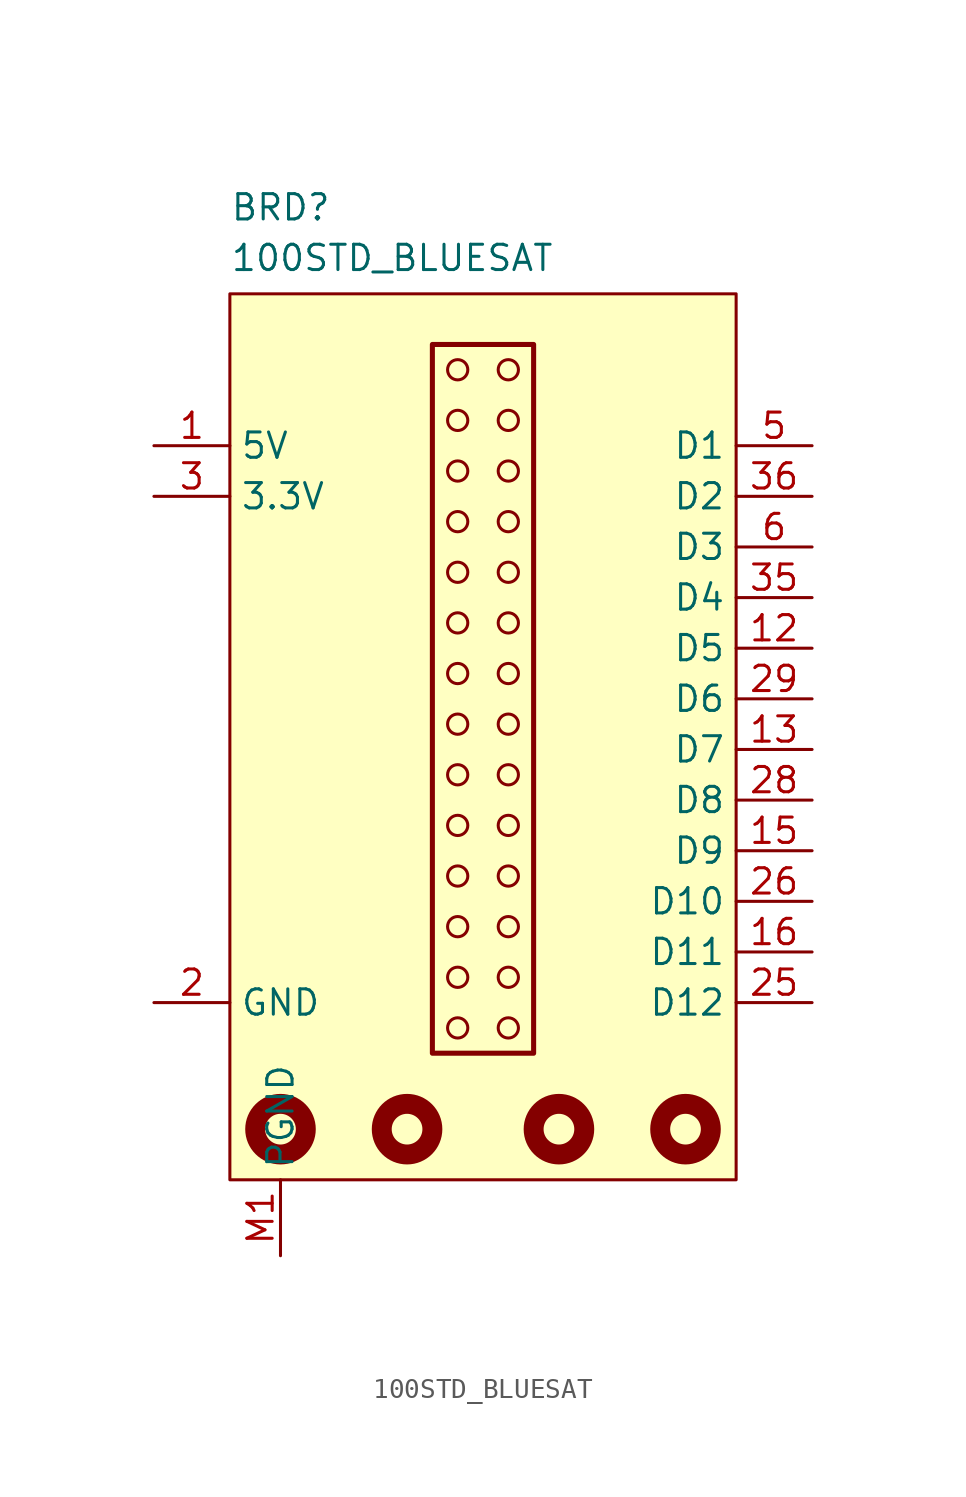
<source format=kicad_sym>
(kicad_symbol_lib
  (version 20220914)
  (generator kicad_symbol_editor)
  (symbol "100STD_BLUESAT"
    (property "Reference" "BRD"
      (at -12.7 24.13 0)
      (effects (font (size 1.27 1.27)) (justify left top)))
    (property "Value" "100STD_BLUESAT"
      (at -12.7 21.59 0)
      (effects (font (size 1.27 1.27)) (justify left top)))
    (symbol "100STD_BLUESAT_0_1"
      (circle (center -1.27 -17.78) (radius 0.508) (stroke (width 0) (type default)) (fill (type none)))
      (circle (center -1.27 -15.24) (radius 0.508) (stroke (width 0) (type default)) (fill (type none)))
      (circle (center -1.27 -12.7) (radius 0.508) (stroke (width 0) (type default)) (fill (type none)))
      (circle (center -1.27 -10.16) (radius 0.508) (stroke (width 0) (type default)) (fill (type none)))
      (circle (center -1.27 -7.62) (radius 0.508) (stroke (width 0) (type default)) (fill (type none)))
      (circle (center -1.27 -5.08) (radius 0.508) (stroke (width 0) (type default)) (fill (type none)))
      (circle (center -1.27 -2.54) (radius 0.508) (stroke (width 0) (type default)) (fill (type none)))
      (circle (center -1.27 0) (radius 0.508) (stroke (width 0) (type default)) (fill (type none)))
      (circle (center -1.27 2.54) (radius 0.508) (stroke (width 0) (type default)) (fill (type none)))
      (circle (center -1.27 5.08) (radius 0.508) (stroke (width 0) (type default)) (fill (type none)))
      (circle (center -1.27 7.62) (radius 0.508) (stroke (width 0) (type default)) (fill (type none)))
      (circle (center -1.27 10.16) (radius 0.508) (stroke (width 0) (type default)) (fill (type none)))
      (circle (center -1.27 12.7) (radius 0.508) (stroke (width 0) (type default)) (fill (type none)))
      (circle (center -1.27 15.24) (radius 0.508) (stroke (width 0) (type default)) (fill (type none)))
      (circle (center 1.27 -17.78) (radius 0.508) (stroke (width 0) (type default)) (fill (type none)))
      (circle (center 1.27 -15.24) (radius 0.508) (stroke (width 0) (type default)) (fill (type none)))
      (circle (center 1.27 -12.7) (radius 0.508) (stroke (width 0) (type default)) (fill (type none)))
      (circle (center 1.27 -10.16) (radius 0.508) (stroke (width 0) (type default)) (fill (type none)))
      (circle (center 1.27 -7.62) (radius 0.508) (stroke (width 0) (type default)) (fill (type none)))
      (circle (center 1.27 -5.08) (radius 0.508) (stroke (width 0) (type default)) (fill (type none)))
      (circle (center 1.27 -2.54) (radius 0.508) (stroke (width 0) (type default)) (fill (type none)))
      (circle (center 1.27 0) (radius 0.508) (stroke (width 0) (type default)) (fill (type none)))
      (circle (center 1.27 2.54) (radius 0.508) (stroke (width 0) (type default)) (fill (type none)))
      (circle (center 1.27 5.08) (radius 0.508) (stroke (width 0) (type default)) (fill (type none)))
      (circle (center 1.27 7.62) (radius 0.508) (stroke (width 0) (type default)) (fill (type none)))
      (circle (center 1.27 10.16) (radius 0.508) (stroke (width 0) (type default)) (fill (type none)))
      (circle (center 1.27 12.7) (radius 0.508) (stroke (width 0) (type default)) (fill (type none)))
      (circle (center 1.27 15.24) (radius 0.508) (stroke (width 0) (type default)) (fill (type none))))
    (symbol "100STD_BLUESAT_1_0"
      (pin bidirectional line (at 16.51 -1.27 180) (length 3.81) (name "D6" (effects (font (size 1.27 1.27)))) (number "29" (effects (font (size 1.27 1.27)))) (alternate "IO27" bidirectional line))
      (pin power_out line (at -16.51 -16.51 0) (length 3.81) hide (name "GND" (effects (font (size 1.27 1.27)))) (number "30" (effects (font (size 1.27 1.27)))))
      (pin power_out line (at -16.51 8.89 0) (length 3.81) hide (name "3.3V" (effects (font (size 1.27 1.27)))) (number "31" (effects (font (size 1.27 1.27)))))
      (pin power_out line (at -16.51 -16.51 0) (length 3.81) hide (name "GND" (effects (font (size 1.27 1.27)))) (number "32" (effects (font (size 1.27 1.27)))))
      (pin power_out line (at -16.51 11.43 0) (length 3.81) hide (name "5V" (effects (font (size 1.27 1.27)))) (number "33" (effects (font (size 1.27 1.27)))))
      (pin power_out line (at -16.51 -16.51 0) (length 3.81) hide (name "GND" (effects (font (size 1.27 1.27)))) (number "34" (effects (font (size 1.27 1.27)))))
      (pin bidirectional line (at 16.51 3.81 180) (length 3.81) (name "D4" (effects (font (size 1.27 1.27)))) (number "35" (effects (font (size 1.27 1.27)))))
      (pin bidirectional line (at 16.51 8.89 180) (length 3.81) (name "D2" (effects (font (size 1.27 1.27)))) (number "36" (effects (font (size 1.27 1.27)))) (alternate "I39" output line))
      (pin power_out line (at -16.51 -16.51 0) (length 3.81) hide (name "GND" (effects (font (size 1.27 1.27)))) (number "37" (effects (font (size 1.27 1.27)))))
      (pin power_out line (at -16.51 8.89 0) (length 3.81) hide (name "3.3V" (effects (font (size 1.27 1.27)))) (number "38" (effects (font (size 1.27 1.27)))))
      (pin power_out line (at -16.51 -16.51 0) (length 3.81) hide (name "GND" (effects (font (size 1.27 1.27)))) (number "39" (effects (font (size 1.27 1.27)))))
      (pin power_out line (at -16.51 11.43 0) (length 3.81) hide (name "5V" (effects (font (size 1.27 1.27)))) (number "40" (effects (font (size 1.27 1.27))))))
    (symbol "100STD_BLUESAT_1_1"
      (rectangle (start -12.7 19.05) (end 12.7 -25.4) (stroke (width 0) (type default)) (fill (type background)))
      (circle (center -10.16 -22.86) (radius 1.27) (stroke (width 1) (type default)) (fill (type background)))
      (circle (center -3.81 -22.86) (radius 1.27) (stroke (width 1) (type default)) (fill (type background)))
      (rectangle (start -2.54 16.51) (end 2.54 -19.05) (stroke (width 0.254) (type default)) (fill (type background)))
      (circle (center 3.81 -22.86) (radius 1.27) (stroke (width 1) (type default)) (fill (type background)))
      (circle (center 10.16 -22.86) (radius 1.27) (stroke (width 1) (type default)) (fill (type background)))
      (pin power_out line (at -16.51 11.43 0) (length 3.81) (name "5V" (effects (font (size 1.27 1.27)))) (number "1" (effects (font (size 1.27 1.27)))))
      (pin power_out line (at -16.51 8.89 0) (length 3.81) hide (name "3.3V" (effects (font (size 1.27 1.27)))) (number "10" (effects (font (size 1.27 1.27)))))
      (pin power_out line (at -16.51 -16.51 0) (length 3.81) hide (name "GND" (effects (font (size 1.27 1.27)))) (number "11" (effects (font (size 1.27 1.27)))))
      (pin bidirectional line (at 16.51 1.27 180) (length 3.81) (name "D5" (effects (font (size 1.27 1.27)))) (number "12" (effects (font (size 1.27 1.27)))) (alternate "IO26" bidirectional line))
      (pin bidirectional line (at 16.51 -3.81 180) (length 3.81) (name "D7" (effects (font (size 1.27 1.27)))) (number "13" (effects (font (size 1.27 1.27)))))
      (pin power_out line (at -16.51 -16.51 0) (length 3.81) hide (name "GND" (effects (font (size 1.27 1.27)))) (number "14" (effects (font (size 1.27 1.27)))))
      (pin bidirectional line (at 16.51 -8.89 180) (length 3.81) (name "D9" (effects (font (size 1.27 1.27)))) (number "15" (effects (font (size 1.27 1.27)))))
      (pin bidirectional line (at 16.51 -13.97 180) (length 3.81) (name "D11" (effects (font (size 1.27 1.27)))) (number "16" (effects (font (size 1.27 1.27)))))
      (pin power_out line (at -16.51 -16.51 0) (length 3.81) hide (name "GND" (effects (font (size 1.27 1.27)))) (number "17" (effects (font (size 1.27 1.27)))))
      (pin power_out line (at -16.51 11.43 0) (length 3.81) hide (name "5V" (effects (font (size 1.27 1.27)))) (number "18" (effects (font (size 1.27 1.27)))))
      (pin power_out line (at -16.51 -16.51 0) (length 3.81) hide (name "GND" (effects (font (size 1.27 1.27)))) (number "19" (effects (font (size 1.27 1.27)))))
      (pin power_out line (at -16.51 -16.51 0) (length 3.81) (name "GND" (effects (font (size 1.27 1.27)))) (number "2" (effects (font (size 1.27 1.27)))))
      (pin power_out line (at -16.51 8.89 0) (length 3.81) hide (name "3.3V" (effects (font (size 1.27 1.27)))) (number "20" (effects (font (size 1.27 1.27)))))
      (pin power_out line (at -16.51 8.89 0) (length 3.81) hide (name "3.3V" (effects (font (size 1.27 1.27)))) (number "21" (effects (font (size 1.27 1.27)))))
      (pin power_out line (at -16.51 -16.51 0) (length 3.81) hide (name "GND" (effects (font (size 1.27 1.27)))) (number "22" (effects (font (size 1.27 1.27)))))
      (pin power_out line (at -16.51 11.43 0) (length 3.81) hide (name "5V" (effects (font (size 1.27 1.27)))) (number "23" (effects (font (size 1.27 1.27)))))
      (pin power_out line (at -16.51 -16.51 0) (length 3.81) hide (name "GND" (effects (font (size 1.27 1.27)))) (number "24" (effects (font (size 1.27 1.27)))))
      (pin bidirectional line (at 16.51 -16.51 180) (length 3.81) (name "D12" (effects (font (size 1.27 1.27)))) (number "25" (effects (font (size 1.27 1.27)))))
      (pin bidirectional line (at 16.51 -11.43 180) (length 3.81) (name "D10" (effects (font (size 1.27 1.27)))) (number "26" (effects (font (size 1.27 1.27)))))
      (pin power_out line (at -16.51 -16.51 0) (length 3.81) hide (name "GND" (effects (font (size 1.27 1.27)))) (number "27" (effects (font (size 1.27 1.27)))))
      (pin bidirectional line (at 16.51 -6.35 180) (length 3.81) (name "D8" (effects (font (size 1.27 1.27)))) (number "28" (effects (font (size 1.27 1.27)))))
      (pin power_out line (at -16.51 8.89 0) (length 3.81) (name "3.3V" (effects (font (size 1.27 1.27)))) (number "3" (effects (font (size 1.27 1.27)))))
      (pin power_out line (at -16.51 -16.51 0) (length 3.81) hide (name "GND" (effects (font (size 1.27 1.27)))) (number "4" (effects (font (size 1.27 1.27)))))
      (pin bidirectional line (at 16.51 11.43 180) (length 3.81) (name "D1" (effects (font (size 1.27 1.27)))) (number "5" (effects (font (size 1.27 1.27)))) (alternate "I36" output line))
      (pin bidirectional line (at 16.51 6.35 180) (length 3.81) (name "D3" (effects (font (size 1.27 1.27)))) (number "6" (effects (font (size 1.27 1.27)))))
      (pin power_out line (at -16.51 -16.51 0) (length 3.81) hide (name "GND" (effects (font (size 1.27 1.27)))) (number "7" (effects (font (size 1.27 1.27)))))
      (pin power_out line (at -16.51 11.43 0) (length 3.81) hide (name "5V" (effects (font (size 1.27 1.27)))) (number "8" (effects (font (size 1.27 1.27)))))
      (pin power_out line (at -16.51 -16.51 0) (length 3.81) hide (name "GND" (effects (font (size 1.27 1.27)))) (number "9" (effects (font (size 1.27 1.27)))))
      (pin power_out line (at -10.16 -29.21 90) (length 3.81) (name "PGND" (effects (font (size 1.27 1.27)))) (number "M1" (effects (font (size 1.27 1.27)))))
      (pin power_out line (at -3.81 -29.21 90) (length 3.81) hide (name "PGND" (effects (font (size 1.27 1.27)))) (number "M2" (effects (font (size 1.27 1.27)))))
      (pin power_out line (at 3.81 -29.21 90) (length 3.81) hide (name "PGND" (effects (font (size 1.27 1.27)))) (number "M3" (effects (font (size 1.27 1.27)))))
      (pin power_out line (at 10.16 -29.21 90) (length 3.81) hide (name "PGND" (effects (font (size 1.27 1.27)))) (number "M4" (effects (font (size 1.27 1.27))))))))
</source>
